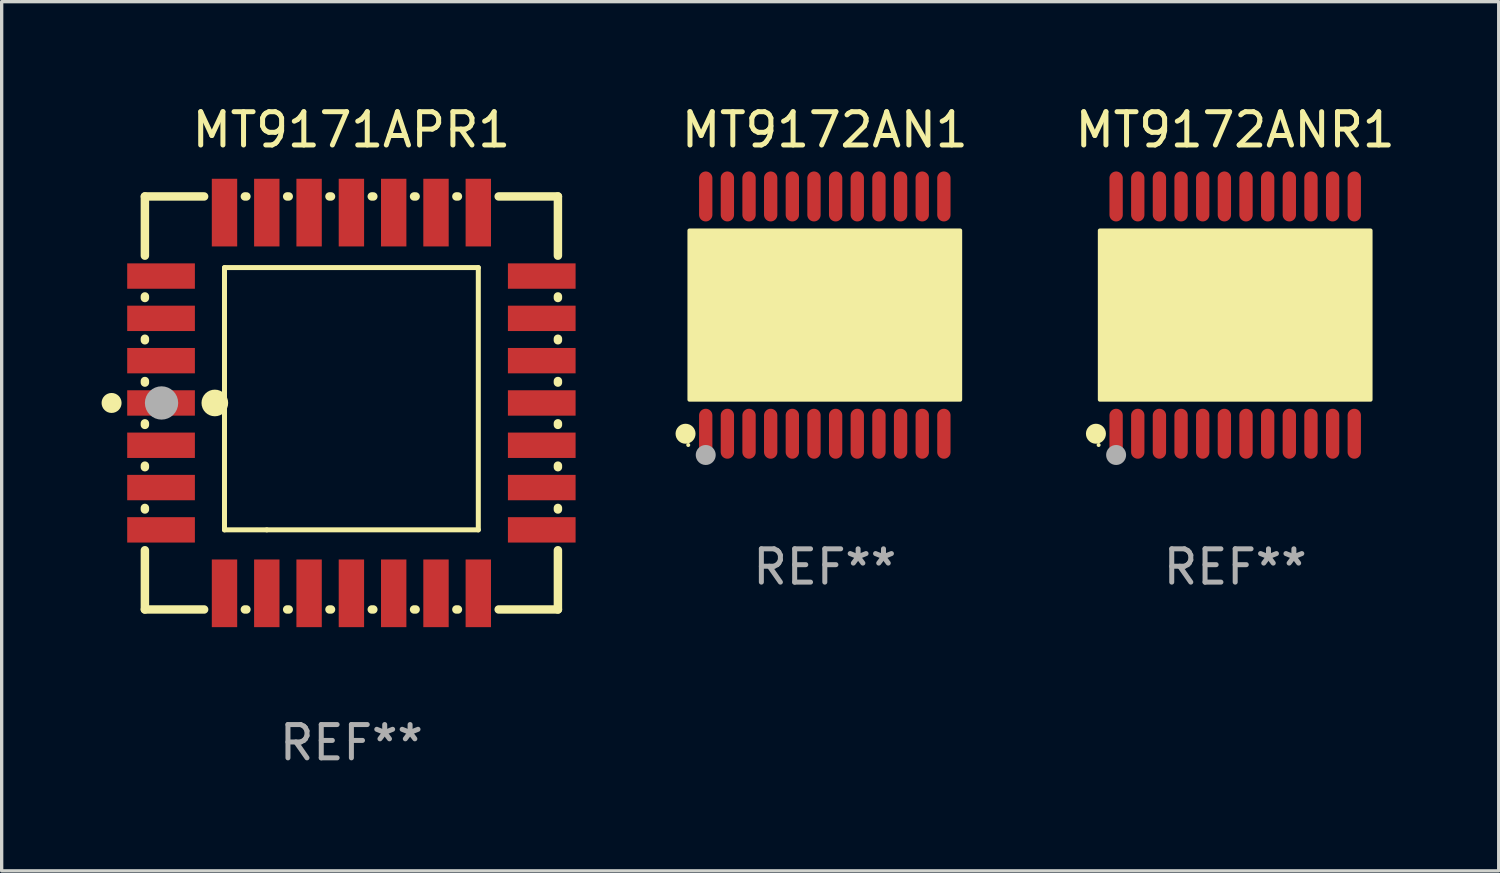
<source format=kicad_pcb>
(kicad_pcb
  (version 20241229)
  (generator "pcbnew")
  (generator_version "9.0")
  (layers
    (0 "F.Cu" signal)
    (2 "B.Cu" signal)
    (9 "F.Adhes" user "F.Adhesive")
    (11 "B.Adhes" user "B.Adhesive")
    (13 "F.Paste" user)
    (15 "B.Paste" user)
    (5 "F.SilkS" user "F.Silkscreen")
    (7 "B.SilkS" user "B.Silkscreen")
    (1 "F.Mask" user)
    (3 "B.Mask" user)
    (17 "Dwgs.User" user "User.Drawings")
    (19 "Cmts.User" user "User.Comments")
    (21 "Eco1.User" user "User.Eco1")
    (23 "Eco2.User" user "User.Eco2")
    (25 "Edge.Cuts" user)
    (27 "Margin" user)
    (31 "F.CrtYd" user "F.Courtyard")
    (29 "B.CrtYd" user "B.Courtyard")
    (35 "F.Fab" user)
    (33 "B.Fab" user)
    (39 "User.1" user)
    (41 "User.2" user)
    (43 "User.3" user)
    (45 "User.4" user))
  (footprint "MT9172ANR1"
    (layer "F.Cu")
    (at 34.034 6.41)
    (property "Reference" "MT9172ANR1" (at 0 -5.562 0) (layer "F.SilkS") (effects (font (size 1 1) (thickness 0.15))))
    (attr through_hole)
    (fp_circle (center -4.181 3.562) (end -4.031 3.562) (stroke (width 0.3) (type solid)) (fill no) (layer "F.SilkS"))
    (fp_circle (center -4.1 3.9) (end -4.07 3.9) (stroke (width 0.06) (type solid)) (fill no) (layer "F.SilkS"))
    (fp_circle (center -3.575 1.819) (end -3.425 1.819) (stroke (width 0.3) (type solid)) (fill no) (layer "F.SilkS"))
    (fp_poly (pts (xy -4.064 -2.54) (xy 4.064 -2.54) (xy 4.064 2.54) (xy -4.064 2.54)) (stroke (width 0.12) (type solid)) (fill yes) (layer "F.SilkS"))
    (fp_circle (center -3.575 4.2) (end -3.425 4.2) (stroke (width 0.3) (type solid)) (fill no) (layer "F.Fab"))
    (fp_text user "REF**" (at 0 7.562 0) (layer "F.Fab") (effects (font (size 1 1) (thickness 0.15))))
    (pad "1" smd oval (at -3.575 3.562) (size 0.4 1.5) (layers "F.Cu" "F.Mask" "F.Paste"))
    (pad "2" smd oval (at -2.925 3.562) (size 0.4 1.5) (layers "F.Cu" "F.Mask" "F.Paste"))
    (pad "3" smd oval (at -2.275 3.562) (size 0.4 1.5) (layers "F.Cu" "F.Mask" "F.Paste"))
    (pad "4" smd oval (at -1.625 3.562) (size 0.4 1.5) (layers "F.Cu" "F.Mask" "F.Paste"))
    (pad "5" smd oval (at -0.975 3.562) (size 0.4 1.5) (layers "F.Cu" "F.Mask" "F.Paste"))
    (pad "6" smd oval (at -0.325 3.562) (size 0.4 1.5) (layers "F.Cu" "F.Mask" "F.Paste"))
    (pad "7" smd oval (at 0.325 3.562) (size 0.4 1.5) (layers "F.Cu" "F.Mask" "F.Paste"))
    (pad "8" smd oval (at 0.975 3.562) (size 0.4 1.5) (layers "F.Cu" "F.Mask" "F.Paste"))
    (pad "9" smd oval (at 1.625 3.562) (size 0.4 1.5) (layers "F.Cu" "F.Mask" "F.Paste"))
    (pad "10" smd oval (at 2.275 3.562) (size 0.4 1.5) (layers "F.Cu" "F.Mask" "F.Paste"))
    (pad "11" smd oval (at 2.925 3.562) (size 0.4 1.5) (layers "F.Cu" "F.Mask" "F.Paste"))
    (pad "12" smd oval (at 3.575 3.562) (size 0.4 1.5) (layers "F.Cu" "F.Mask" "F.Paste"))
    (pad "13" smd oval (at 3.575 -3.562) (size 0.4 1.5) (layers "F.Cu" "F.Mask" "F.Paste"))
    (pad "14" smd oval (at 2.925 -3.562) (size 0.4 1.5) (layers "F.Cu" "F.Mask" "F.Paste"))
    (pad "15" smd oval (at 2.275 -3.562) (size 0.4 1.5) (layers "F.Cu" "F.Mask" "F.Paste"))
    (pad "16" smd oval (at 1.625 -3.562) (size 0.4 1.5) (layers "F.Cu" "F.Mask" "F.Paste"))
    (pad "17" smd oval (at 0.975 -3.562) (size 0.4 1.5) (layers "F.Cu" "F.Mask" "F.Paste"))
    (pad "18" smd oval (at 0.325 -3.562) (size 0.4 1.5) (layers "F.Cu" "F.Mask" "F.Paste"))
    (pad "19" smd oval (at -0.325 -3.562) (size 0.4 1.5) (layers "F.Cu" "F.Mask" "F.Paste"))
    (pad "20" smd oval (at -0.975 -3.562) (size 0.4 1.5) (layers "F.Cu" "F.Mask" "F.Paste"))
    (pad "21" smd oval (at -1.625 -3.562) (size 0.4 1.5) (layers "F.Cu" "F.Mask" "F.Paste"))
    (pad "22" smd oval (at -2.275 -3.562) (size 0.4 1.5) (layers "F.Cu" "F.Mask" "F.Paste"))
    (pad "23" smd oval (at -2.925 -3.562) (size 0.4 1.5) (layers "F.Cu" "F.Mask" "F.Paste"))
    (pad "24" smd oval (at -3.575 -3.562) (size 0.4 1.5) (layers "F.Cu" "F.Mask" "F.Paste")))
  (footprint "MT9171APR1"
    (layer "F.Cu")
    (at 7.5 9.048)
    (property "Reference" "MT9171APR1" (at 0 -8.2 0) (layer "F.SilkS") (effects (font (size 1 1) (thickness 0.15))))
    (attr through_hole)
    (fp_line (start -6.2 -6.2) (end -4.422 -6.2) (stroke (width 0.254) (type solid)) (layer "F.SilkS"))
    (fp_line (start -6.2 -4.422) (end -6.2 -6.2) (stroke (width 0.254) (type solid)) (layer "F.SilkS"))
    (fp_line (start -6.2 -3.152) (end -6.2 -3.198) (stroke (width 0.254) (type solid)) (layer "F.SilkS"))
    (fp_line (start -6.2 -1.882) (end -6.2 -1.928) (stroke (width 0.254) (type solid)) (layer "F.SilkS"))
    (fp_line (start -6.2 -0.612) (end -6.2 -0.658) (stroke (width 0.254) (type solid)) (layer "F.SilkS"))
    (fp_line (start -6.2 0.658) (end -6.2 0.612) (stroke (width 0.254) (type solid)) (layer "F.SilkS"))
    (fp_line (start -6.2 1.928) (end -6.2 1.882) (stroke (width 0.254) (type solid)) (layer "F.SilkS"))
    (fp_line (start -6.2 3.198) (end -6.2 3.152) (stroke (width 0.254) (type solid)) (layer "F.SilkS"))
    (fp_line (start -6.2 6.2) (end -6.2 4.422) (stroke (width 0.254) (type solid)) (layer "F.SilkS"))
    (fp_line (start -4.422 6.2) (end -6.2 6.2) (stroke (width 0.254) (type solid)) (layer "F.SilkS"))
    (fp_line (start -3.81 -4.064) (end 3.81 -4.064) (stroke (width 0.15) (type solid)) (layer "F.SilkS"))
    (fp_line (start -3.81 3.81) (end -3.81 -4.064) (stroke (width 0.15) (type solid)) (layer "F.SilkS"))
    (fp_line (start -3.198 -6.2) (end -3.152 -6.2) (stroke (width 0.254) (type solid)) (layer "F.SilkS"))
    (fp_line (start -3.152 6.2) (end -3.198 6.2) (stroke (width 0.254) (type solid)) (layer "F.SilkS"))
    (fp_line (start -2.54 3.81) (end -3.81 3.81) (stroke (width 0.15) (type solid)) (layer "F.SilkS"))
    (fp_line (start -1.928 -6.2) (end -1.882 -6.2) (stroke (width 0.254) (type solid)) (layer "F.SilkS"))
    (fp_line (start -1.882 6.2) (end -1.928 6.2) (stroke (width 0.254) (type solid)) (layer "F.SilkS"))
    (fp_line (start -0.658 -6.2) (end -0.612 -6.2) (stroke (width 0.254) (type solid)) (layer "F.SilkS"))
    (fp_line (start -0.612 6.2) (end -0.658 6.2) (stroke (width 0.254) (type solid)) (layer "F.SilkS"))
    (fp_line (start 0.612 -6.2) (end 0.658 -6.2) (stroke (width 0.254) (type solid)) (layer "F.SilkS"))
    (fp_line (start 0.658 6.2) (end 0.612 6.2) (stroke (width 0.254) (type solid)) (layer "F.SilkS"))
    (fp_line (start 1.882 -6.2) (end 1.928 -6.2) (stroke (width 0.254) (type solid)) (layer "F.SilkS"))
    (fp_line (start 1.928 6.2) (end 1.882 6.2) (stroke (width 0.254) (type solid)) (layer "F.SilkS"))
    (fp_line (start 3.152 -6.2) (end 3.198 -6.2) (stroke (width 0.254) (type solid)) (layer "F.SilkS"))
    (fp_line (start 3.198 6.2) (end 3.152 6.2) (stroke (width 0.254) (type solid)) (layer "F.SilkS"))
    (fp_line (start 3.81 -4.064) (end 3.81 3.81) (stroke (width 0.15) (type solid)) (layer "F.SilkS"))
    (fp_line (start 3.81 3.81) (end -2.54 3.81) (stroke (width 0.15) (type solid)) (layer "F.SilkS"))
    (fp_line (start 4.422 -6.2) (end 6.2 -6.2) (stroke (width 0.254) (type solid)) (layer "F.SilkS"))
    (fp_line (start 6.2 -6.2) (end 6.2 -4.422) (stroke (width 0.254) (type solid)) (layer "F.SilkS"))
    (fp_line (start 6.2 -3.198) (end 6.2 -3.152) (stroke (width 0.254) (type solid)) (layer "F.SilkS"))
    (fp_line (start 6.2 -1.928) (end 6.2 -1.882) (stroke (width 0.254) (type solid)) (layer "F.SilkS"))
    (fp_line (start 6.2 -0.658) (end 6.2 -0.612) (stroke (width 0.254) (type solid)) (layer "F.SilkS"))
    (fp_line (start 6.2 0.612) (end 6.2 0.658) (stroke (width 0.254) (type solid)) (layer "F.SilkS"))
    (fp_line (start 6.2 1.882) (end 6.2 1.928) (stroke (width 0.254) (type solid)) (layer "F.SilkS"))
    (fp_line (start 6.2 3.152) (end 6.2 3.198) (stroke (width 0.254) (type solid)) (layer "F.SilkS"))
    (fp_line (start 6.2 4.422) (end 6.2 6.2) (stroke (width 0.254) (type solid)) (layer "F.SilkS"))
    (fp_line (start 6.2 6.2) (end 4.422 6.2) (stroke (width 0.254) (type solid)) (layer "F.SilkS"))
    (fp_circle (center -7.2 0) (end -7.05 0) (stroke (width 0.3) (type solid)) (fill no) (layer "F.SilkS"))
    (fp_circle (center -6.223 6.223) (end -6.193 6.223) (stroke (width 0.06) (type solid)) (fill no) (layer "F.SilkS"))
    (fp_circle (center -4.1 0) (end -3.9 0) (stroke (width 0.4) (type solid)) (fill no) (layer "F.SilkS"))
    (fp_circle (center -5.7 0) (end -5.45 0) (stroke (width 0.5) (type solid)) (fill no) (layer "F.Fab"))
    (fp_text user "REF**" (at 0 10.2 0) (layer "F.Fab") (effects (font (size 1 1) (thickness 0.15))))
    (pad "1" smd rect (at -5.715 0) (size 2.032 0.762) (layers "F.Cu" "F.Mask" "F.Paste"))
    (pad "2" smd rect (at -5.715 1.27) (size 2.032 0.762) (layers "F.Cu" "F.Mask" "F.Paste"))
    (pad "3" smd rect (at -5.715 2.54) (size 2.032 0.762) (layers "F.Cu" "F.Mask" "F.Paste"))
    (pad "4" smd rect (at -5.715 3.81) (size 2.032 0.762) (layers "F.Cu" "F.Mask" "F.Paste"))
    (pad "5" smd rect (at -3.81 5.715) (size 0.762 2.032) (layers "F.Cu" "F.Mask" "F.Paste"))
    (pad "6" smd rect (at -2.54 5.715) (size 0.762 2.032) (layers "F.Cu" "F.Mask" "F.Paste"))
    (pad "7" smd rect (at -1.27 5.715) (size 0.762 2.032) (layers "F.Cu" "F.Mask" "F.Paste"))
    (pad "8" smd rect (at 0 5.715) (size 0.762 2.032) (layers "F.Cu" "F.Mask" "F.Paste"))
    (pad "9" smd rect (at 1.27 5.715) (size 0.762 2.032) (layers "F.Cu" "F.Mask" "F.Paste"))
    (pad "10" smd rect (at 2.54 5.715) (size 0.762 2.032) (layers "F.Cu" "F.Mask" "F.Paste"))
    (pad "11" smd rect (at 3.81 5.715) (size 0.762 2.032) (layers "F.Cu" "F.Mask" "F.Paste"))
    (pad "12" smd rect (at 5.715 3.81) (size 2.032 0.762) (layers "F.Cu" "F.Mask" "F.Paste"))
    (pad "13" smd rect (at 5.715 2.54) (size 2.032 0.762) (layers "F.Cu" "F.Mask" "F.Paste"))
    (pad "14" smd rect (at 5.715 1.27) (size 2.032 0.762) (layers "F.Cu" "F.Mask" "F.Paste"))
    (pad "15" smd rect (at 5.715 0) (size 2.032 0.762) (layers "F.Cu" "F.Mask" "F.Paste"))
    (pad "16" smd rect (at 5.715 -1.27) (size 2.032 0.762) (layers "F.Cu" "F.Mask" "F.Paste"))
    (pad "17" smd rect (at 5.715 -2.54) (size 2.032 0.762) (layers "F.Cu" "F.Mask" "F.Paste"))
    (pad "18" smd rect (at 5.715 -3.81) (size 2.032 0.762) (layers "F.Cu" "F.Mask" "F.Paste"))
    (pad "19" smd rect (at 3.81 -5.715) (size 0.762 2.032) (layers "F.Cu" "F.Mask" "F.Paste"))
    (pad "20" smd rect (at 2.54 -5.715) (size 0.762 2.032) (layers "F.Cu" "F.Mask" "F.Paste"))
    (pad "21" smd rect (at 1.27 -5.715) (size 0.762 2.032) (layers "F.Cu" "F.Mask" "F.Paste"))
    (pad "22" smd rect (at 0 -5.715) (size 0.762 2.032) (layers "F.Cu" "F.Mask" "F.Paste"))
    (pad "23" smd rect (at -1.27 -5.715) (size 0.762 2.032) (layers "F.Cu" "F.Mask" "F.Paste"))
    (pad "24" smd rect (at -2.54 -5.715) (size 0.762 2.032) (layers "F.Cu" "F.Mask" "F.Paste"))
    (pad "25" smd rect (at -3.81 -5.715) (size 0.762 2.032) (layers "F.Cu" "F.Mask" "F.Paste"))
    (pad "26" smd rect (at -5.715 -3.81) (size 2.032 0.762) (layers "F.Cu" "F.Mask" "F.Paste"))
    (pad "27" smd rect (at -5.715 -2.54) (size 2.032 0.762) (layers "F.Cu" "F.Mask" "F.Paste"))
    (pad "28" smd rect (at -5.715 -1.27) (size 2.032 0.762) (layers "F.Cu" "F.Mask" "F.Paste")))
  (footprint "MT9172AN1"
    (layer "F.Cu")
    (at 21.713 6.41)
    (property "Reference" "MT9172AN1" (at 0 -5.562 0) (layer "F.SilkS") (effects (font (size 1 1) (thickness 0.15))))
    (attr through_hole)
    (fp_circle (center -4.181 3.562) (end -4.031 3.562) (stroke (width 0.3) (type solid)) (fill no) (layer "F.SilkS"))
    (fp_circle (center -4.1 3.9) (end -4.07 3.9) (stroke (width 0.06) (type solid)) (fill no) (layer "F.SilkS"))
    (fp_circle (center -3.575 1.819) (end -3.425 1.819) (stroke (width 0.3) (type solid)) (fill no) (layer "F.SilkS"))
    (fp_poly (pts (xy -4.064 -2.54) (xy 4.064 -2.54) (xy 4.064 2.54) (xy -4.064 2.54)) (stroke (width 0.12) (type solid)) (fill yes) (layer "F.SilkS"))
    (fp_circle (center -3.575 4.2) (end -3.425 4.2) (stroke (width 0.3) (type solid)) (fill no) (layer "F.Fab"))
    (fp_text user "REF**" (at 0 7.562 0) (layer "F.Fab") (effects (font (size 1 1) (thickness 0.15))))
    (pad "1" smd oval (at -3.575 3.562) (size 0.4 1.5) (layers "F.Cu" "F.Mask" "F.Paste"))
    (pad "2" smd oval (at -2.925 3.562) (size 0.4 1.5) (layers "F.Cu" "F.Mask" "F.Paste"))
    (pad "3" smd oval (at -2.275 3.562) (size 0.4 1.5) (layers "F.Cu" "F.Mask" "F.Paste"))
    (pad "4" smd oval (at -1.625 3.562) (size 0.4 1.5) (layers "F.Cu" "F.Mask" "F.Paste"))
    (pad "5" smd oval (at -0.975 3.562) (size 0.4 1.5) (layers "F.Cu" "F.Mask" "F.Paste"))
    (pad "6" smd oval (at -0.325 3.562) (size 0.4 1.5) (layers "F.Cu" "F.Mask" "F.Paste"))
    (pad "7" smd oval (at 0.325 3.562) (size 0.4 1.5) (layers "F.Cu" "F.Mask" "F.Paste"))
    (pad "8" smd oval (at 0.975 3.562) (size 0.4 1.5) (layers "F.Cu" "F.Mask" "F.Paste"))
    (pad "9" smd oval (at 1.625 3.562) (size 0.4 1.5) (layers "F.Cu" "F.Mask" "F.Paste"))
    (pad "10" smd oval (at 2.275 3.562) (size 0.4 1.5) (layers "F.Cu" "F.Mask" "F.Paste"))
    (pad "11" smd oval (at 2.925 3.562) (size 0.4 1.5) (layers "F.Cu" "F.Mask" "F.Paste"))
    (pad "12" smd oval (at 3.575 3.562) (size 0.4 1.5) (layers "F.Cu" "F.Mask" "F.Paste"))
    (pad "13" smd oval (at 3.575 -3.562) (size 0.4 1.5) (layers "F.Cu" "F.Mask" "F.Paste"))
    (pad "14" smd oval (at 2.925 -3.562) (size 0.4 1.5) (layers "F.Cu" "F.Mask" "F.Paste"))
    (pad "15" smd oval (at 2.275 -3.562) (size 0.4 1.5) (layers "F.Cu" "F.Mask" "F.Paste"))
    (pad "16" smd oval (at 1.625 -3.562) (size 0.4 1.5) (layers "F.Cu" "F.Mask" "F.Paste"))
    (pad "17" smd oval (at 0.975 -3.562) (size 0.4 1.5) (layers "F.Cu" "F.Mask" "F.Paste"))
    (pad "18" smd oval (at 0.325 -3.562) (size 0.4 1.5) (layers "F.Cu" "F.Mask" "F.Paste"))
    (pad "19" smd oval (at -0.325 -3.562) (size 0.4 1.5) (layers "F.Cu" "F.Mask" "F.Paste"))
    (pad "20" smd oval (at -0.975 -3.562) (size 0.4 1.5) (layers "F.Cu" "F.Mask" "F.Paste"))
    (pad "21" smd oval (at -1.625 -3.562) (size 0.4 1.5) (layers "F.Cu" "F.Mask" "F.Paste"))
    (pad "22" smd oval (at -2.275 -3.562) (size 0.4 1.5) (layers "F.Cu" "F.Mask" "F.Paste"))
    (pad "23" smd oval (at -2.925 -3.562) (size 0.4 1.5) (layers "F.Cu" "F.Mask" "F.Paste"))
    (pad "24" smd oval (at -3.575 -3.562) (size 0.4 1.5) (layers "F.Cu" "F.Mask" "F.Paste")))
  (gr_rect
    (start -3 -3)
    (end 41.945 23.096)
    (stroke (width 0.1) (type default))
    (fill no)
    (layer "Edge.Cuts")))
</source>
